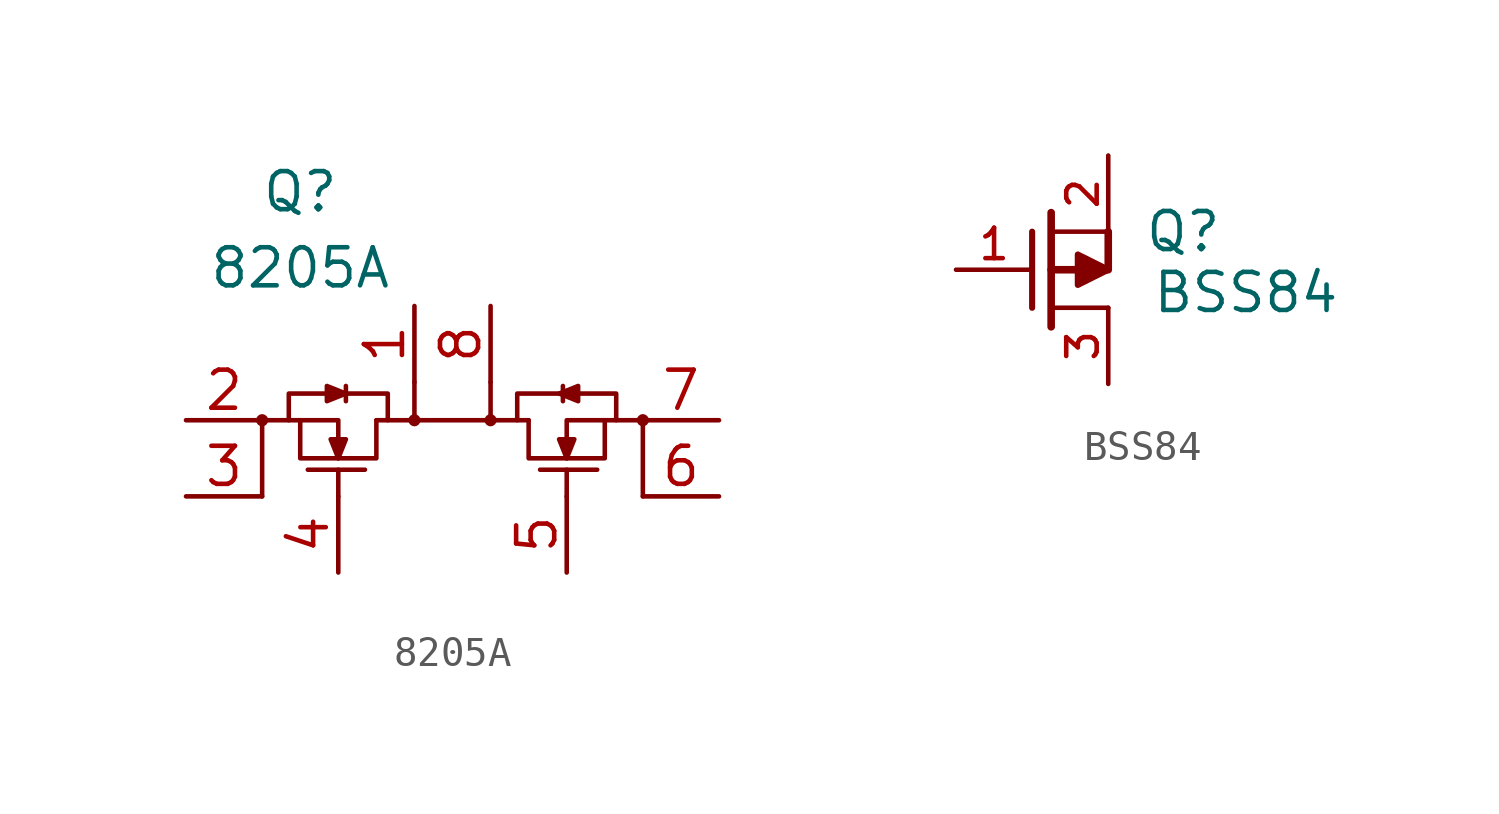
<source format=kicad_sym>
(kicad_symbol_lib
  (version 20211014)
  (generator kicad_symbol_editor)
  (symbol "8205A"
    (pin_names
      (offset 1.016) hide)
    (property "Reference" "Q"
      (at 0 7.62 0)
      (effects (font (size 1.27 1.27))))
    (property "Value" "8205A"
      (at 0 5.08 0)
      (effects (font (size 1.27 1.27))))
    (symbol "8205A_0_1"
      (circle (center -1.27 0) (radius 0.127) (stroke (width 0.152) (type default) (color 0 0 0 0)) (fill (type none)))
      (polyline (pts (xy -1.27 -2.54) (xy -1.27 0)) (stroke (width 0.152) (type default) (color 0 0 0 0)) (fill (type none)))
      (polyline (pts (xy 0 0) (xy -1.27 0)) (stroke (width 0.152) (type default) (color 0 0 0 0)) (fill (type none)))
      (polyline (pts (xy 1.27 -1.651) (xy 1.27 -2.54)) (stroke (width 0.152) (type default) (color 0 0 0 0)) (fill (type none)))
      (polyline (pts (xy 1.524 1.143) (xy 1.524 0.635)) (stroke (width 0.152) (type default) (color 0 0 0 0)) (fill (type none)))
      (polyline (pts (xy 2.159 -1.651) (xy 0.254 -1.651)) (stroke (width 0.152) (type default) (color 0 0 0 0)) (fill (type none)))
      (polyline (pts (xy 2.54 0) (xy 3.81 0)) (stroke (width 0.152) (type default) (color 0 0 0 0)) (fill (type none)))
      (polyline (pts (xy 7.62 0) (xy 6.35 0)) (stroke (width 0.152) (type default) (color 0 0 0 0)) (fill (type none)))
      (polyline (pts (xy 8.001 -1.651) (xy 9.906 -1.651)) (stroke (width 0.152) (type default) (color 0 0 0 0)) (fill (type none)))
      (polyline (pts (xy 8.763 1.143) (xy 8.763 0.635)) (stroke (width 0.152) (type default) (color 0 0 0 0)) (fill (type none)))
      (polyline (pts (xy 8.89 -1.651) (xy 8.89 -2.54)) (stroke (width 0.152) (type default) (color 0 0 0 0)) (fill (type none)))
      (polyline (pts (xy 10.16 0) (xy 11.43 0)) (stroke (width 0.152) (type default) (color 0 0 0 0)) (fill (type none)))
      (polyline (pts (xy 11.43 -2.54) (xy 11.43 0)) (stroke (width 0.152) (type default) (color 0 0 0 0)) (fill (type none)))
      (polyline (pts (xy 1.27 -1.27) (xy 1.27 0) (xy 0 0)) (stroke (width 0.152) (type default) (color 0 0 0 0)) (fill (type none)))
      (polyline (pts (xy 8.89 -1.27) (xy 8.89 0) (xy 10.16 0)) (stroke (width 0.152) (type default) (color 0 0 0 0)) (fill (type none)))
      (polyline (pts (xy -0.381 0) (xy -0.381 0.889) (xy 2.921 0.889) (xy 2.921 0)) (stroke (width 0.152) (type default) (color 0 0 0 0)) (fill (type none)))
      (polyline (pts (xy 0.889 1.143) (xy 0.889 0.635) (xy 1.524 0.889) (xy 0.889 1.143)) (stroke (width 0.152) (type default) (color 0 0 0 0)) (fill (type outline)))
      (polyline (pts (xy 1.27 -1.27) (xy 1.524 -0.635) (xy 1.016 -0.635) (xy 1.27 -1.27)) (stroke (width 0.152) (type default) (color 0 0 0 0)) (fill (type outline)))
      (polyline (pts (xy 2.54 0) (xy 2.54 -1.27) (xy 0 -1.27) (xy 0 0)) (stroke (width 0.152) (type default) (color 0 0 0 0)) (fill (type none)))
      (polyline (pts (xy 6.35 1.27) (xy 6.35 0) (xy 3.81 0) (xy 3.81 1.27)) (stroke (width 0.152) (type default) (color 0 0 0 0)) (fill (type none)))
      (polyline (pts (xy 7.62 0) (xy 7.62 -1.27) (xy 10.16 -1.27) (xy 10.16 0)) (stroke (width 0.152) (type default) (color 0 0 0 0)) (fill (type none)))
      (polyline (pts (xy 8.89 -1.27) (xy 8.636 -0.635) (xy 9.144 -0.635) (xy 8.89 -1.27)) (stroke (width 0.152) (type default) (color 0 0 0 0)) (fill (type outline)))
      (polyline (pts (xy 9.271 1.143) (xy 9.271 0.635) (xy 8.636 0.889) (xy 9.271 1.143)) (stroke (width 0.152) (type default) (color 0 0 0 0)) (fill (type outline)))
      (polyline (pts (xy 10.541 0) (xy 10.541 0.889) (xy 7.239 0.889) (xy 7.239 0)) (stroke (width 0.152) (type default) (color 0 0 0 0)) (fill (type none)))
      (circle (center 3.81 0) (radius 0.127) (stroke (width 0.152) (type default) (color 0 0 0 0)) (fill (type none)))
      (circle (center 6.35 0) (radius 0.127) (stroke (width 0.152) (type default) (color 0 0 0 0)) (fill (type none)))
      (circle (center 11.43 0) (radius 0.127) (stroke (width 0.152) (type default) (color 0 0 0 0)) (fill (type none))))
    (symbol "8205A_1_1"
      (pin passive line (at 3.81 3.81 270) (length 2.54) (name "D1" (effects (font (size 1.27 1.27)))) (number "1" (effects (font (size 1.27 1.27)))))
      (pin passive line (at -3.81 0 0) (length 2.54) (name "S1" (effects (font (size 1.27 1.27)))) (number "2" (effects (font (size 1.27 1.27)))))
      (pin passive line (at -3.81 -2.54 0) (length 2.54) (name "S1a" (effects (font (size 1.27 1.27)))) (number "3" (effects (font (size 1.27 1.27)))))
      (pin passive line (at 1.27 -5.08 90) (length 2.54) (name "G1" (effects (font (size 1.27 1.27)))) (number "4" (effects (font (size 1.27 1.27)))))
      (pin passive line (at 8.89 -5.08 90) (length 2.54) (name "G2" (effects (font (size 1.27 1.27)))) (number "5" (effects (font (size 1.27 1.27)))))
      (pin passive line (at 13.97 -2.54 180) (length 2.54) (name "S2a" (effects (font (size 1.27 1.27)))) (number "6" (effects (font (size 1.27 1.27)))))
      (pin passive line (at 13.97 0 180) (length 2.54) (name "S2" (effects (font (size 1.27 1.27)))) (number "7" (effects (font (size 1.27 1.27)))))
      (pin passive line (at 6.35 3.81 270) (length 2.54) (name "D2" (effects (font (size 1.27 1.27)))) (number "8" (effects (font (size 1.27 1.27)))))))
  (symbol "BSS84"
    (pin_names
      (offset 0) hide)
    (property "Reference" "Q"
      (at 5.08 1.27 0)
      (effects (font (size 1.27 1.27)) (justify right)))
    (property "Value" "BSS84"
      (at 9.017 -0.762 0)
      (effects (font (size 1.27 1.27)) (justify right)))
    (property "Footprint" ""
      (at 0 0 0)
      (effects (font (size 1.524 1.524))))
    (property "Datasheet" ""
      (at 0 0 0)
      (effects (font (size 1.524 1.524))))
    (symbol "BSS84_0_1"
      (polyline (pts (xy -1.27 -1.27) (xy -1.27 1.27)) (stroke (width 0.203) (type default) (color 0 0 0 0)) (fill (type none)))
      (polyline (pts (xy -0.635 -1.905) (xy -0.635 1.905)) (stroke (width 0.254) (type default) (color 0 0 0 0)) (fill (type none)))
      (polyline (pts (xy 1.27 -1.27) (xy -0.635 -1.27)) (stroke (width 0) (type default) (color 0 0 0 0)) (fill (type none)))
      (polyline (pts (xy 1.27 1.27) (xy -0.635 1.27)) (stroke (width 0) (type default) (color 0 0 0 0)) (fill (type none)))
      (polyline (pts (xy 1.27 1.27) (xy 1.27 0) (xy -0.635 0)) (stroke (width 0.254) (type default) (color 0 0 0 0)) (fill (type none)))
      (polyline (pts (xy 0.254 0.508) (xy 0.254 -0.508) (xy 1.27 0) (xy 0.254 0.508)) (stroke (width 0.203) (type default) (color 0 0 0 0)) (fill (type outline))))
    (symbol "BSS84_1_1"
      (pin input line (at -3.81 0 0) (length 2.54) (name "G" (effects (font (size 1.016 1.016)))) (number "1" (effects (font (size 1.016 1.016)))))
      (pin passive line (at 1.27 3.81 270) (length 2.54) (name "S" (effects (font (size 1.016 1.016)))) (number "2" (effects (font (size 1.016 1.016)))))
      (pin passive line (at 1.27 -3.81 90) (length 2.54) (name "D" (effects (font (size 1.016 1.016)))) (number "3" (effects (font (size 1.016 1.016))))))))
</source>
